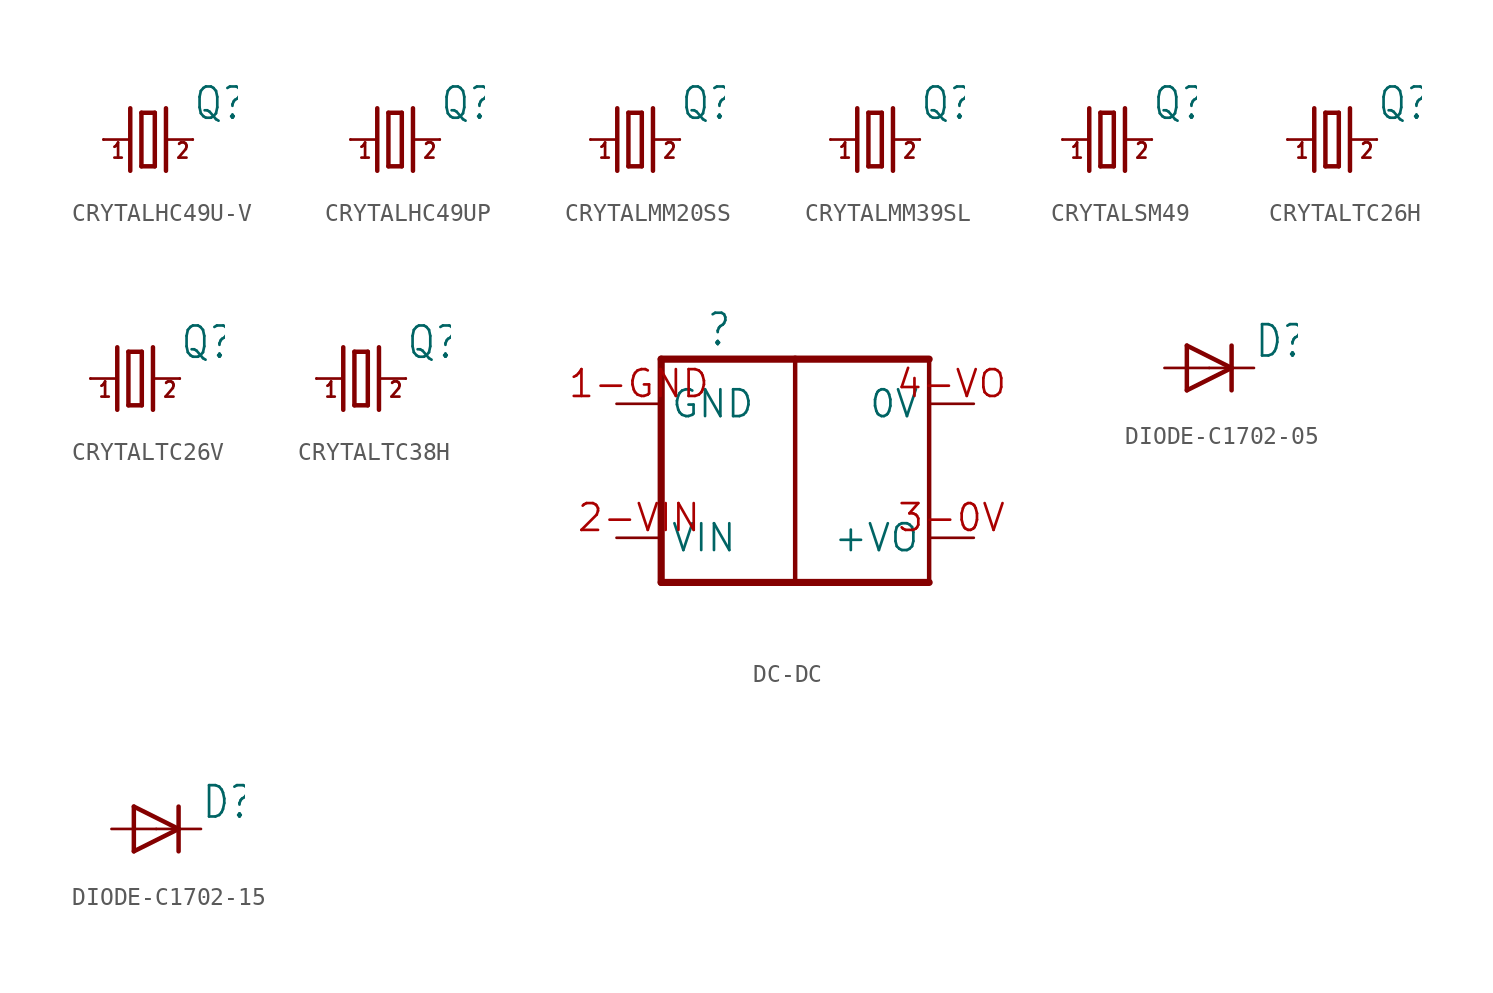
<source format=kicad_sym>
(kicad_symbol_lib
  (version 20241209)
  (generator "kicad_symbol_editor")
  (generator_version "9.0")
  (symbol "CRYTALHC49U-V"
    (property "Reference" "Q"
      (at 2.54 1.016 0)
      (effects (font (size 1.778 1.511)) (justify left bottom)))
    (property "Value" ""
      (at 2.54 -2.54 0)
      (effects (font (size 1.778 1.511)) (justify left bottom)))
    (property "ki_locked" ""
      (at 0 0 0)
      (effects (font (size 1.27 1.27))))
    (symbol "CRYTALHC49U-V_1_0"
      (polyline (pts (xy -2.54 0) (xy -1.016 0)) (stroke (width 0.152) (type solid)) (fill (type none)))
      (polyline (pts (xy -1.016 1.778) (xy -1.016 -1.778)) (stroke (width 0.254) (type solid)) (fill (type none)))
      (polyline (pts (xy -0.381 1.524) (xy -0.381 -1.524)) (stroke (width 0.254) (type solid)) (fill (type none)))
      (polyline (pts (xy -0.381 -1.524) (xy 0.381 -1.524)) (stroke (width 0.254) (type solid)) (fill (type none)))
      (polyline (pts (xy 0.381 1.524) (xy -0.381 1.524)) (stroke (width 0.254) (type solid)) (fill (type none)))
      (polyline (pts (xy 0.381 -1.524) (xy 0.381 1.524)) (stroke (width 0.254) (type solid)) (fill (type none)))
      (polyline (pts (xy 1.016 1.778) (xy 1.016 -1.778)) (stroke (width 0.254) (type solid)) (fill (type none)))
      (polyline (pts (xy 1.016 0) (xy 2.54 0)) (stroke (width 0.152) (type solid)) (fill (type none)))
      (text "1" (at -2.159 -1.143 0) (effects (font (size 0.864 0.734)) (justify left bottom)))
      (text "2" (at 1.524 -1.143 0) (effects (font (size 0.864 0.734)) (justify left bottom)))
      (pin passive line (at -2.54 0 0) (length 0) (name "1" (effects (font (size 0 0)))) (number "1" (effects (font (size 0 0)))))
      (pin passive line (at 2.54 0 180) (length 0) (name "2" (effects (font (size 0 0)))) (number "2" (effects (font (size 0 0)))))))
  (symbol "CRYTALHC49UP"
    (property "Reference" "Q"
      (at 2.54 1.016 0)
      (effects (font (size 1.778 1.511)) (justify left bottom)))
    (property "Value" ""
      (at 2.54 -2.54 0)
      (effects (font (size 1.778 1.511)) (justify left bottom)))
    (property "ki_locked" ""
      (at 0 0 0)
      (effects (font (size 1.27 1.27))))
    (symbol "CRYTALHC49UP_1_0"
      (polyline (pts (xy -2.54 0) (xy -1.016 0)) (stroke (width 0.152) (type solid)) (fill (type none)))
      (polyline (pts (xy -1.016 1.778) (xy -1.016 -1.778)) (stroke (width 0.254) (type solid)) (fill (type none)))
      (polyline (pts (xy -0.381 1.524) (xy -0.381 -1.524)) (stroke (width 0.254) (type solid)) (fill (type none)))
      (polyline (pts (xy -0.381 -1.524) (xy 0.381 -1.524)) (stroke (width 0.254) (type solid)) (fill (type none)))
      (polyline (pts (xy 0.381 1.524) (xy -0.381 1.524)) (stroke (width 0.254) (type solid)) (fill (type none)))
      (polyline (pts (xy 0.381 -1.524) (xy 0.381 1.524)) (stroke (width 0.254) (type solid)) (fill (type none)))
      (polyline (pts (xy 1.016 1.778) (xy 1.016 -1.778)) (stroke (width 0.254) (type solid)) (fill (type none)))
      (polyline (pts (xy 1.016 0) (xy 2.54 0)) (stroke (width 0.152) (type solid)) (fill (type none)))
      (text "1" (at -2.159 -1.143 0) (effects (font (size 0.864 0.734)) (justify left bottom)))
      (text "2" (at 1.524 -1.143 0) (effects (font (size 0.864 0.734)) (justify left bottom)))
      (pin passive line (at -2.54 0 0) (length 0) (name "1" (effects (font (size 0 0)))) (number "1" (effects (font (size 0 0)))))
      (pin passive line (at 2.54 0 180) (length 0) (name "2" (effects (font (size 0 0)))) (number "2" (effects (font (size 0 0)))))))
  (symbol "CRYTALMM20SS"
    (property "Reference" "Q"
      (at 2.54 1.016 0)
      (effects (font (size 1.778 1.511)) (justify left bottom)))
    (property "Value" ""
      (at 2.54 -2.54 0)
      (effects (font (size 1.778 1.511)) (justify left bottom)))
    (property "ki_locked" ""
      (at 0 0 0)
      (effects (font (size 1.27 1.27))))
    (symbol "CRYTALMM20SS_1_0"
      (polyline (pts (xy -2.54 0) (xy -1.016 0)) (stroke (width 0.152) (type solid)) (fill (type none)))
      (polyline (pts (xy -1.016 1.778) (xy -1.016 -1.778)) (stroke (width 0.254) (type solid)) (fill (type none)))
      (polyline (pts (xy -0.381 1.524) (xy -0.381 -1.524)) (stroke (width 0.254) (type solid)) (fill (type none)))
      (polyline (pts (xy -0.381 -1.524) (xy 0.381 -1.524)) (stroke (width 0.254) (type solid)) (fill (type none)))
      (polyline (pts (xy 0.381 1.524) (xy -0.381 1.524)) (stroke (width 0.254) (type solid)) (fill (type none)))
      (polyline (pts (xy 0.381 -1.524) (xy 0.381 1.524)) (stroke (width 0.254) (type solid)) (fill (type none)))
      (polyline (pts (xy 1.016 1.778) (xy 1.016 -1.778)) (stroke (width 0.254) (type solid)) (fill (type none)))
      (polyline (pts (xy 1.016 0) (xy 2.54 0)) (stroke (width 0.152) (type solid)) (fill (type none)))
      (text "1" (at -2.159 -1.143 0) (effects (font (size 0.864 0.734)) (justify left bottom)))
      (text "2" (at 1.524 -1.143 0) (effects (font (size 0.864 0.734)) (justify left bottom)))
      (pin passive line (at -2.54 0 0) (length 0) (name "1" (effects (font (size 0 0)))) (number "1" (effects (font (size 0 0)))))
      (pin passive line (at 2.54 0 180) (length 0) (name "2" (effects (font (size 0 0)))) (number "4" (effects (font (size 0 0)))))))
  (symbol "CRYTALMM39SL"
    (property "Reference" "Q"
      (at 2.54 1.016 0)
      (effects (font (size 1.778 1.511)) (justify left bottom)))
    (property "Value" ""
      (at 2.54 -2.54 0)
      (effects (font (size 1.778 1.511)) (justify left bottom)))
    (property "ki_locked" ""
      (at 0 0 0)
      (effects (font (size 1.27 1.27))))
    (symbol "CRYTALMM39SL_1_0"
      (polyline (pts (xy -2.54 0) (xy -1.016 0)) (stroke (width 0.152) (type solid)) (fill (type none)))
      (polyline (pts (xy -1.016 1.778) (xy -1.016 -1.778)) (stroke (width 0.254) (type solid)) (fill (type none)))
      (polyline (pts (xy -0.381 1.524) (xy -0.381 -1.524)) (stroke (width 0.254) (type solid)) (fill (type none)))
      (polyline (pts (xy -0.381 -1.524) (xy 0.381 -1.524)) (stroke (width 0.254) (type solid)) (fill (type none)))
      (polyline (pts (xy 0.381 1.524) (xy -0.381 1.524)) (stroke (width 0.254) (type solid)) (fill (type none)))
      (polyline (pts (xy 0.381 -1.524) (xy 0.381 1.524)) (stroke (width 0.254) (type solid)) (fill (type none)))
      (polyline (pts (xy 1.016 1.778) (xy 1.016 -1.778)) (stroke (width 0.254) (type solid)) (fill (type none)))
      (polyline (pts (xy 1.016 0) (xy 2.54 0)) (stroke (width 0.152) (type solid)) (fill (type none)))
      (text "1" (at -2.159 -1.143 0) (effects (font (size 0.864 0.734)) (justify left bottom)))
      (text "2" (at 1.524 -1.143 0) (effects (font (size 0.864 0.734)) (justify left bottom)))
      (pin passive line (at -2.54 0 0) (length 0) (name "1" (effects (font (size 0 0)))) (number "1" (effects (font (size 0 0)))))
      (pin passive line (at 2.54 0 180) (length 0) (name "2" (effects (font (size 0 0)))) (number "4" (effects (font (size 0 0)))))))
  (symbol "CRYTALSM49"
    (property "Reference" "Q"
      (at 2.54 1.016 0)
      (effects (font (size 1.778 1.511)) (justify left bottom)))
    (property "Value" ""
      (at 2.54 -2.54 0)
      (effects (font (size 1.778 1.511)) (justify left bottom)))
    (property "ki_locked" ""
      (at 0 0 0)
      (effects (font (size 1.27 1.27))))
    (symbol "CRYTALSM49_1_0"
      (polyline (pts (xy -2.54 0) (xy -1.016 0)) (stroke (width 0.152) (type solid)) (fill (type none)))
      (polyline (pts (xy -1.016 1.778) (xy -1.016 -1.778)) (stroke (width 0.254) (type solid)) (fill (type none)))
      (polyline (pts (xy -0.381 1.524) (xy -0.381 -1.524)) (stroke (width 0.254) (type solid)) (fill (type none)))
      (polyline (pts (xy -0.381 -1.524) (xy 0.381 -1.524)) (stroke (width 0.254) (type solid)) (fill (type none)))
      (polyline (pts (xy 0.381 1.524) (xy -0.381 1.524)) (stroke (width 0.254) (type solid)) (fill (type none)))
      (polyline (pts (xy 0.381 -1.524) (xy 0.381 1.524)) (stroke (width 0.254) (type solid)) (fill (type none)))
      (polyline (pts (xy 1.016 1.778) (xy 1.016 -1.778)) (stroke (width 0.254) (type solid)) (fill (type none)))
      (polyline (pts (xy 1.016 0) (xy 2.54 0)) (stroke (width 0.152) (type solid)) (fill (type none)))
      (text "1" (at -2.159 -1.143 0) (effects (font (size 0.864 0.734)) (justify left bottom)))
      (text "2" (at 1.524 -1.143 0) (effects (font (size 0.864 0.734)) (justify left bottom)))
      (pin passive line (at -2.54 0 0) (length 0) (name "1" (effects (font (size 0 0)))) (number "1" (effects (font (size 0 0)))))
      (pin passive line (at 2.54 0 180) (length 0) (name "2" (effects (font (size 0 0)))) (number "2" (effects (font (size 0 0)))))))
  (symbol "CRYTALTC26H"
    (property "Reference" "Q"
      (at 2.54 1.016 0)
      (effects (font (size 1.778 1.511)) (justify left bottom)))
    (property "Value" ""
      (at 2.54 -2.54 0)
      (effects (font (size 1.778 1.511)) (justify left bottom)))
    (property "ki_locked" ""
      (at 0 0 0)
      (effects (font (size 1.27 1.27))))
    (symbol "CRYTALTC26H_1_0"
      (polyline (pts (xy -2.54 0) (xy -1.016 0)) (stroke (width 0.152) (type solid)) (fill (type none)))
      (polyline (pts (xy -1.016 1.778) (xy -1.016 -1.778)) (stroke (width 0.254) (type solid)) (fill (type none)))
      (polyline (pts (xy -0.381 1.524) (xy -0.381 -1.524)) (stroke (width 0.254) (type solid)) (fill (type none)))
      (polyline (pts (xy -0.381 -1.524) (xy 0.381 -1.524)) (stroke (width 0.254) (type solid)) (fill (type none)))
      (polyline (pts (xy 0.381 1.524) (xy -0.381 1.524)) (stroke (width 0.254) (type solid)) (fill (type none)))
      (polyline (pts (xy 0.381 -1.524) (xy 0.381 1.524)) (stroke (width 0.254) (type solid)) (fill (type none)))
      (polyline (pts (xy 1.016 1.778) (xy 1.016 -1.778)) (stroke (width 0.254) (type solid)) (fill (type none)))
      (polyline (pts (xy 1.016 0) (xy 2.54 0)) (stroke (width 0.152) (type solid)) (fill (type none)))
      (text "1" (at -2.159 -1.143 0) (effects (font (size 0.864 0.734)) (justify left bottom)))
      (text "2" (at 1.524 -1.143 0) (effects (font (size 0.864 0.734)) (justify left bottom)))
      (pin passive line (at -2.54 0 0) (length 0) (name "1" (effects (font (size 0 0)))) (number "1" (effects (font (size 0 0)))))
      (pin passive line (at 2.54 0 180) (length 0) (name "2" (effects (font (size 0 0)))) (number "2" (effects (font (size 0 0)))))))
  (symbol "CRYTALTC26V"
    (property "Reference" "Q"
      (at 2.54 1.016 0)
      (effects (font (size 1.778 1.511)) (justify left bottom)))
    (property "Value" ""
      (at 2.54 -2.54 0)
      (effects (font (size 1.778 1.511)) (justify left bottom)))
    (property "ki_locked" ""
      (at 0 0 0)
      (effects (font (size 1.27 1.27))))
    (symbol "CRYTALTC26V_1_0"
      (polyline (pts (xy -2.54 0) (xy -1.016 0)) (stroke (width 0.152) (type solid)) (fill (type none)))
      (polyline (pts (xy -1.016 1.778) (xy -1.016 -1.778)) (stroke (width 0.254) (type solid)) (fill (type none)))
      (polyline (pts (xy -0.381 1.524) (xy -0.381 -1.524)) (stroke (width 0.254) (type solid)) (fill (type none)))
      (polyline (pts (xy -0.381 -1.524) (xy 0.381 -1.524)) (stroke (width 0.254) (type solid)) (fill (type none)))
      (polyline (pts (xy 0.381 1.524) (xy -0.381 1.524)) (stroke (width 0.254) (type solid)) (fill (type none)))
      (polyline (pts (xy 0.381 -1.524) (xy 0.381 1.524)) (stroke (width 0.254) (type solid)) (fill (type none)))
      (polyline (pts (xy 1.016 1.778) (xy 1.016 -1.778)) (stroke (width 0.254) (type solid)) (fill (type none)))
      (polyline (pts (xy 1.016 0) (xy 2.54 0)) (stroke (width 0.152) (type solid)) (fill (type none)))
      (text "1" (at -2.159 -1.143 0) (effects (font (size 0.864 0.734)) (justify left bottom)))
      (text "2" (at 1.524 -1.143 0) (effects (font (size 0.864 0.734)) (justify left bottom)))
      (pin passive line (at -2.54 0 0) (length 0) (name "1" (effects (font (size 0 0)))) (number "1" (effects (font (size 0 0)))))
      (pin passive line (at 2.54 0 180) (length 0) (name "2" (effects (font (size 0 0)))) (number "2" (effects (font (size 0 0)))))))
  (symbol "CRYTALTC38H"
    (property "Reference" "Q"
      (at 2.54 1.016 0)
      (effects (font (size 1.778 1.511)) (justify left bottom)))
    (property "Value" ""
      (at 2.54 -2.54 0)
      (effects (font (size 1.778 1.511)) (justify left bottom)))
    (property "ki_locked" ""
      (at 0 0 0)
      (effects (font (size 1.27 1.27))))
    (symbol "CRYTALTC38H_1_0"
      (polyline (pts (xy -2.54 0) (xy -1.016 0)) (stroke (width 0.152) (type solid)) (fill (type none)))
      (polyline (pts (xy -1.016 1.778) (xy -1.016 -1.778)) (stroke (width 0.254) (type solid)) (fill (type none)))
      (polyline (pts (xy -0.381 1.524) (xy -0.381 -1.524)) (stroke (width 0.254) (type solid)) (fill (type none)))
      (polyline (pts (xy -0.381 -1.524) (xy 0.381 -1.524)) (stroke (width 0.254) (type solid)) (fill (type none)))
      (polyline (pts (xy 0.381 1.524) (xy -0.381 1.524)) (stroke (width 0.254) (type solid)) (fill (type none)))
      (polyline (pts (xy 0.381 -1.524) (xy 0.381 1.524)) (stroke (width 0.254) (type solid)) (fill (type none)))
      (polyline (pts (xy 1.016 1.778) (xy 1.016 -1.778)) (stroke (width 0.254) (type solid)) (fill (type none)))
      (polyline (pts (xy 1.016 0) (xy 2.54 0)) (stroke (width 0.152) (type solid)) (fill (type none)))
      (text "1" (at -2.159 -1.143 0) (effects (font (size 0.864 0.734)) (justify left bottom)))
      (text "2" (at 1.524 -1.143 0) (effects (font (size 0.864 0.734)) (justify left bottom)))
      (pin passive line (at -2.54 0 0) (length 0) (name "1" (effects (font (size 0 0)))) (number "1" (effects (font (size 0 0)))))
      (pin passive line (at 2.54 0 180) (length 0) (name "2" (effects (font (size 0 0)))) (number "2" (effects (font (size 0 0)))))))
  (symbol "DC-DC"
    (property "Reference" ""
      (at -5.08 8.255 0)
      (effects (font (size 1.778 1.511)) (justify left bottom)))
    (property "Value" ""
      (at -5.08 -7.62 0)
      (effects (font (size 1.778 1.511)) (justify left bottom)))
    (property "ki_locked" ""
      (at 0 0 0)
      (effects (font (size 1.27 1.27))))
    (symbol "DC-DC_1_0"
      (polyline (pts (xy -7.62 7.62) (xy -7.62 -5.08)) (stroke (width 0.406) (type solid)) (fill (type none)))
      (polyline (pts (xy -7.62 7.62) (xy 0 7.62)) (stroke (width 0.406) (type solid)) (fill (type none)))
      (polyline (pts (xy -7.62 -5.08) (xy 0 -5.08)) (stroke (width 0.406) (type solid)) (fill (type none)))
      (polyline (pts (xy 0 7.62) (xy 0 -5.08)) (stroke (width 0.254) (type solid)) (fill (type none)))
      (polyline (pts (xy 0 7.62) (xy 7.62 7.62)) (stroke (width 0.406) (type solid)) (fill (type none)))
      (polyline (pts (xy 0 -5.08) (xy 7.62 -5.08)) (stroke (width 0.406) (type solid)) (fill (type none)))
      (polyline (pts (xy 7.62 7.62) (xy 7.62 -5.08)) (stroke (width 0.254) (type solid)) (fill (type none)))
      (pin bidirectional line (at -10.16 5.08 0) (length 2.54) (name "GND" (effects (font (size 1.524 1.524)))) (number "1-GND" (effects (font (size 1.524 1.524)))))
      (pin bidirectional line (at -10.16 -2.54 0) (length 2.54) (name "VIN" (effects (font (size 1.524 1.524)))) (number "2-VIN" (effects (font (size 1.524 1.524)))))
      (pin bidirectional line (at 10.16 5.08 180) (length 2.54) (name "0V" (effects (font (size 1.524 1.524)))) (number "4-VO" (effects (font (size 1.524 1.524)))))
      (pin bidirectional line (at 10.16 -2.54 180) (length 2.54) (name "+VO" (effects (font (size 1.524 1.524)))) (number "3-0V" (effects (font (size 1.524 1.524)))))))
  (symbol "DIODE-C1702-05"
    (property "Reference" "D"
      (at 2.54 0.483 0)
      (effects (font (size 1.778 1.511)) (justify left bottom)))
    (property "Value" ""
      (at 2.54 -2.311 0)
      (effects (font (size 1.778 1.511)) (justify left bottom)))
    (property "ki_locked" ""
      (at 0 0 0)
      (effects (font (size 1.27 1.27))))
    (symbol "DIODE-C1702-05_1_0"
      (polyline (pts (xy -1.27 1.27) (xy -1.27 -1.27)) (stroke (width 0.254) (type solid)) (fill (type none)))
      (polyline (pts (xy -1.27 -1.27) (xy 1.27 0)) (stroke (width 0.254) (type solid)) (fill (type none)))
      (polyline (pts (xy 1.27 1.27) (xy 1.27 0)) (stroke (width 0.254) (type solid)) (fill (type none)))
      (polyline (pts (xy 1.27 0) (xy -1.27 1.27)) (stroke (width 0.254) (type solid)) (fill (type none)))
      (polyline (pts (xy 1.27 0) (xy 1.27 -1.27)) (stroke (width 0.254) (type solid)) (fill (type none)))
      (pin passive line (at -2.54 0 0) (length 2.54) (name "A" (effects (font (size 0 0)))) (number "A" (effects (font (size 0 0)))))
      (pin passive line (at 2.54 0 180) (length 2.54) (name "C" (effects (font (size 0 0)))) (number "C" (effects (font (size 0 0)))))))
  (symbol "DIODE-C1702-15"
    (property "Reference" "D"
      (at 2.54 0.483 0)
      (effects (font (size 1.778 1.511)) (justify left bottom)))
    (property "Value" ""
      (at 2.54 -2.311 0)
      (effects (font (size 1.778 1.511)) (justify left bottom)))
    (property "ki_locked" ""
      (at 0 0 0)
      (effects (font (size 1.27 1.27))))
    (symbol "DIODE-C1702-15_1_0"
      (polyline (pts (xy -1.27 1.27) (xy -1.27 -1.27)) (stroke (width 0.254) (type solid)) (fill (type none)))
      (polyline (pts (xy -1.27 -1.27) (xy 1.27 0)) (stroke (width 0.254) (type solid)) (fill (type none)))
      (polyline (pts (xy 1.27 1.27) (xy 1.27 0)) (stroke (width 0.254) (type solid)) (fill (type none)))
      (polyline (pts (xy 1.27 0) (xy -1.27 1.27)) (stroke (width 0.254) (type solid)) (fill (type none)))
      (polyline (pts (xy 1.27 0) (xy 1.27 -1.27)) (stroke (width 0.254) (type solid)) (fill (type none)))
      (pin passive line (at -2.54 0 0) (length 2.54) (name "A" (effects (font (size 0 0)))) (number "A" (effects (font (size 0 0)))))
      (pin passive line (at 2.54 0 180) (length 2.54) (name "C" (effects (font (size 0 0)))) (number "C" (effects (font (size 0 0))))))))
</source>
